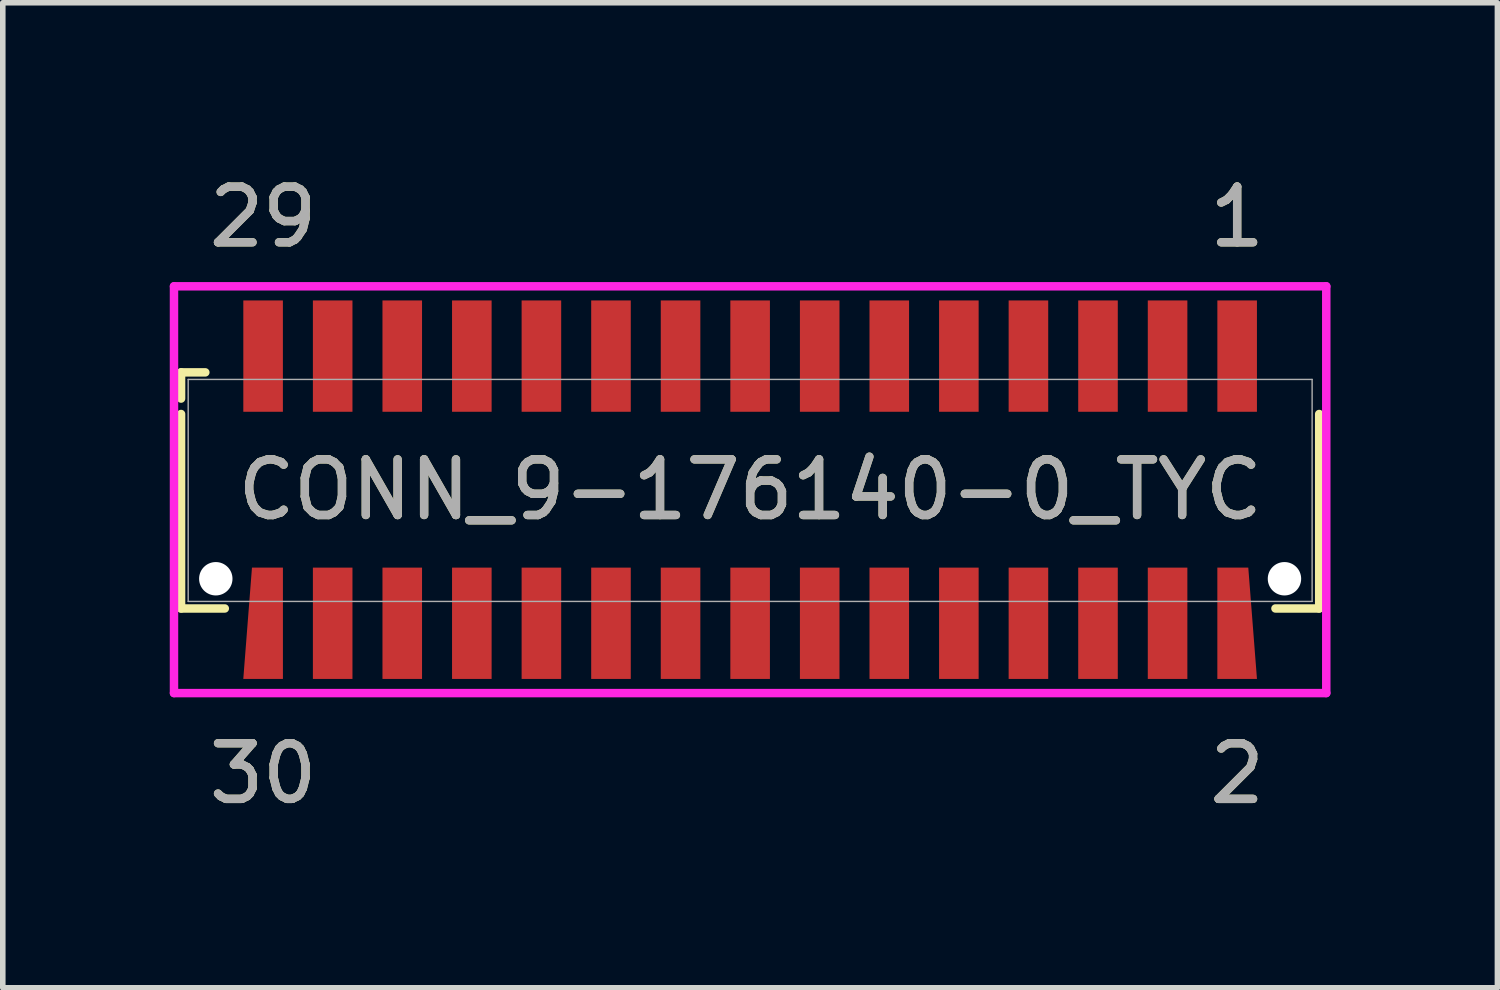
<source format=kicad_pcb>
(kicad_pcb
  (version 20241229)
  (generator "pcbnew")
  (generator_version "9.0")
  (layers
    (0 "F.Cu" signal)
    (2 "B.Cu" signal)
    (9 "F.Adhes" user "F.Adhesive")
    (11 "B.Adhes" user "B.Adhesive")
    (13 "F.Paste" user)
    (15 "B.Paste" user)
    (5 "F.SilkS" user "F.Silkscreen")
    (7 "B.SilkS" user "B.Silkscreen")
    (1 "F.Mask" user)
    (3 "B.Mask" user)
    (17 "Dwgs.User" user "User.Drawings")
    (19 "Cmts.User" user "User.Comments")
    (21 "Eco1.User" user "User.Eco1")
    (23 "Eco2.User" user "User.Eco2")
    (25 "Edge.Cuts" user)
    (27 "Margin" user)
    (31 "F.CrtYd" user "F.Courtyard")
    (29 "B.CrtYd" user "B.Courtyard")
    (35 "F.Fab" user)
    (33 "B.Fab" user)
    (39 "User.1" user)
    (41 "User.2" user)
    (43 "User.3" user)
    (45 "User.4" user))
  (footprint "CONN_9-176140-0_TYC"
    (layer "F.Cu")
    (at 19.177 3.348)
    (property "Reference" "CONN_9-176140-0_TYC" (at -8.75 2.4 0) (unlocked yes) (layer "F.SilkS") (effects (font (size 1 1) (thickness 0.15))))
    (attr smd)
    (fp_line (start -18.974 0.292) (end -18.974 0.763) (stroke (width 0.152) (type solid)) (layer "F.SilkS"))
    (fp_line (start -18.974 1.04) (end -18.974 4.534) (stroke (width 0.152) (type solid)) (layer "F.SilkS"))
    (fp_line (start -18.974 4.534) (end -18.188 4.534) (stroke (width 0.152) (type solid)) (layer "F.SilkS"))
    (fp_line (start -18.538 0.292) (end -18.974 0.292) (stroke (width 0.152) (type solid)) (layer "F.SilkS"))
    (fp_line (start 0.688 4.534) (end 1.474 4.534) (stroke (width 0.152) (type solid)) (layer "F.SilkS"))
    (fp_line (start 1.474 4.534) (end 1.474 1.04) (stroke (width 0.152) (type solid)) (layer "F.SilkS"))
    (fp_line (start -19.101 -1.254) (end -19.101 6.054) (stroke (width 0.152) (type solid)) (layer "F.CrtYd"))
    (fp_line (start -19.101 6.054) (end 1.601 6.054) (stroke (width 0.152) (type solid)) (layer "F.CrtYd"))
    (fp_line (start 1.601 -1.254) (end -19.101 -1.254) (stroke (width 0.152) (type solid)) (layer "F.CrtYd"))
    (fp_line (start 1.601 6.054) (end 1.601 -1.254) (stroke (width 0.152) (type solid)) (layer "F.CrtYd"))
    (fp_line (start -18.846 0.419) (end -18.846 4.407) (stroke (width 0.025) (type solid)) (layer "F.Fab"))
    (fp_line (start -18.846 4.407) (end 1.347 4.407) (stroke (width 0.025) (type solid)) (layer "F.Fab"))
    (fp_line (start 1.347 0.419) (end -18.846 0.419) (stroke (width 0.025) (type solid)) (layer "F.Fab"))
    (fp_line (start 1.347 4.407) (end 1.347 0.419) (stroke (width 0.025) (type solid)) (layer "F.Fab"))
    (fp_text user "2" (at 0 7.5 0) (unlocked yes) (layer "F.SilkS") (effects (font (size 1 1) (thickness 0.15))))
    (fp_text user "1" (at 0 -2.5 0) (unlocked yes) (layer "F.SilkS") (effects (font (size 1 1) (thickness 0.15))))
    (fp_text user "29" (at -17.5 -2.5 0) (unlocked yes) (layer "F.SilkS") (effects (font (size 1 1) (thickness 0.15))))
    (fp_text user "30" (at -17.5 7.5 0) (unlocked yes) (layer "F.SilkS") (effects (font (size 1 1) (thickness 0.15))))
    (fp_text user "29" (at -17.5 -2.5 0) (unlocked yes) (layer "F.Fab") (effects (font (size 1 1) (thickness 0.15))))
    (fp_text user "2" (at 0 7.5 0) (unlocked yes) (layer "F.Fab") (effects (font (size 1 1) (thickness 0.15))))
    (fp_text user "${REFERENCE}" (at -8.75 2.4 0) (unlocked yes) (layer "F.Fab") (effects (font (size 1 1) (thickness 0.15))))
    (fp_text user "30" (at -17.5 7.5 0) (unlocked yes) (layer "F.Fab") (effects (font (size 1 1) (thickness 0.15))))
    (fp_text user "1" (at 0 -2.5 0) (unlocked yes) (layer "F.Fab") (effects (font (size 1 1) (thickness 0.15))))
    (pad "" np_thru_hole circle (at -18.35 4) (size 0.6 0.6) (drill 0.6) (layers "*.Cu" "*.Mask"))
    (pad "" np_thru_hole circle (at 0.85 4) (size 0.6 0.6) (drill 0.6) (layers "*.Cu" "*.Mask"))
    (pad "1" smd rect (at 0 0) (size 0.711 2) (layers "F.Cu" "F.Mask" "F.Paste"))
    (pad "2" smd custom (at 0 4.8) (size 0.1 0.1) (layers "F.Cu" "F.Mask" "F.Paste") (options (anchor rect)) (primitives (gr_poly (pts (xy 0.2 -1) (xy 0.356 1) (xy -0.356 1) (xy -0.356 -1)) (width 0) (fill yes))))
    (pad "3" smd rect (at -1.25 0) (size 0.711 2) (layers "F.Cu" "F.Mask" "F.Paste"))
    (pad "4" smd rect (at -1.25 4.8) (size 0.711 2) (layers "F.Cu" "F.Mask" "F.Paste"))
    (pad "5" smd rect (at -2.5 0) (size 0.711 2) (layers "F.Cu" "F.Mask" "F.Paste"))
    (pad "6" smd rect (at -2.5 4.8) (size 0.711 2) (layers "F.Cu" "F.Mask" "F.Paste"))
    (pad "7" smd rect (at -3.75 0) (size 0.711 2) (layers "F.Cu" "F.Mask" "F.Paste"))
    (pad "8" smd rect (at -3.75 4.8) (size 0.711 2) (layers "F.Cu" "F.Mask" "F.Paste"))
    (pad "9" smd rect (at -5 0) (size 0.711 2) (layers "F.Cu" "F.Mask" "F.Paste"))
    (pad "10" smd rect (at -5 4.8) (size 0.711 2) (layers "F.Cu" "F.Mask" "F.Paste"))
    (pad "11" smd rect (at -6.25 0) (size 0.711 2) (layers "F.Cu" "F.Mask" "F.Paste"))
    (pad "12" smd rect (at -6.25 4.8) (size 0.711 2) (layers "F.Cu" "F.Mask" "F.Paste"))
    (pad "13" smd rect (at -7.5 0) (size 0.711 2) (layers "F.Cu" "F.Mask" "F.Paste"))
    (pad "14" smd rect (at -7.5 4.8) (size 0.711 2) (layers "F.Cu" "F.Mask" "F.Paste"))
    (pad "15" smd rect (at -8.75 0) (size 0.711 2) (layers "F.Cu" "F.Mask" "F.Paste"))
    (pad "16" smd rect (at -8.75 4.8) (size 0.711 2) (layers "F.Cu" "F.Mask" "F.Paste"))
    (pad "17" smd rect (at -10 0) (size 0.711 2) (layers "F.Cu" "F.Mask" "F.Paste"))
    (pad "18" smd rect (at -10 4.8) (size 0.711 2) (layers "F.Cu" "F.Mask" "F.Paste"))
    (pad "19" smd rect (at -11.25 0) (size 0.711 2) (layers "F.Cu" "F.Mask" "F.Paste"))
    (pad "20" smd rect (at -11.25 4.8) (size 0.711 2) (layers "F.Cu" "F.Mask" "F.Paste"))
    (pad "21" smd rect (at -12.5 0) (size 0.711 2) (layers "F.Cu" "F.Mask" "F.Paste"))
    (pad "22" smd rect (at -12.5 4.8) (size 0.711 2) (layers "F.Cu" "F.Mask" "F.Paste"))
    (pad "23" smd rect (at -13.75 0) (size 0.711 2) (layers "F.Cu" "F.Mask" "F.Paste"))
    (pad "24" smd rect (at -13.75 4.8) (size 0.711 2) (layers "F.Cu" "F.Mask" "F.Paste"))
    (pad "25" smd rect (at -15 0) (size 0.711 2) (layers "F.Cu" "F.Mask" "F.Paste"))
    (pad "26" smd rect (at -15 4.8) (size 0.711 2) (layers "F.Cu" "F.Mask" "F.Paste"))
    (pad "27" smd rect (at -16.25 0) (size 0.711 2) (layers "F.Cu" "F.Mask" "F.Paste"))
    (pad "28" smd rect (at -16.25 4.8) (size 0.711 2) (layers "F.Cu" "F.Mask" "F.Paste"))
    (pad "29" smd rect (at -17.5 0) (size 0.711 2) (layers "F.Cu" "F.Mask" "F.Paste"))
    (pad "30" smd custom (at -17.5 4.8) (size 0.1 0.1) (layers "F.Cu" "F.Mask" "F.Paste") (options (anchor rect)) (primitives (gr_poly (pts (xy -0.2 -1) (xy -0.356 1) (xy 0.356 1) (xy 0.356 -1)) (width 0) (fill yes)))))
  (gr_rect
    (start -3 -3)
    (end 23.853 14.697)
    (stroke (width 0.1) (type default))
    (fill no)
    (layer "Edge.Cuts")))
</source>
